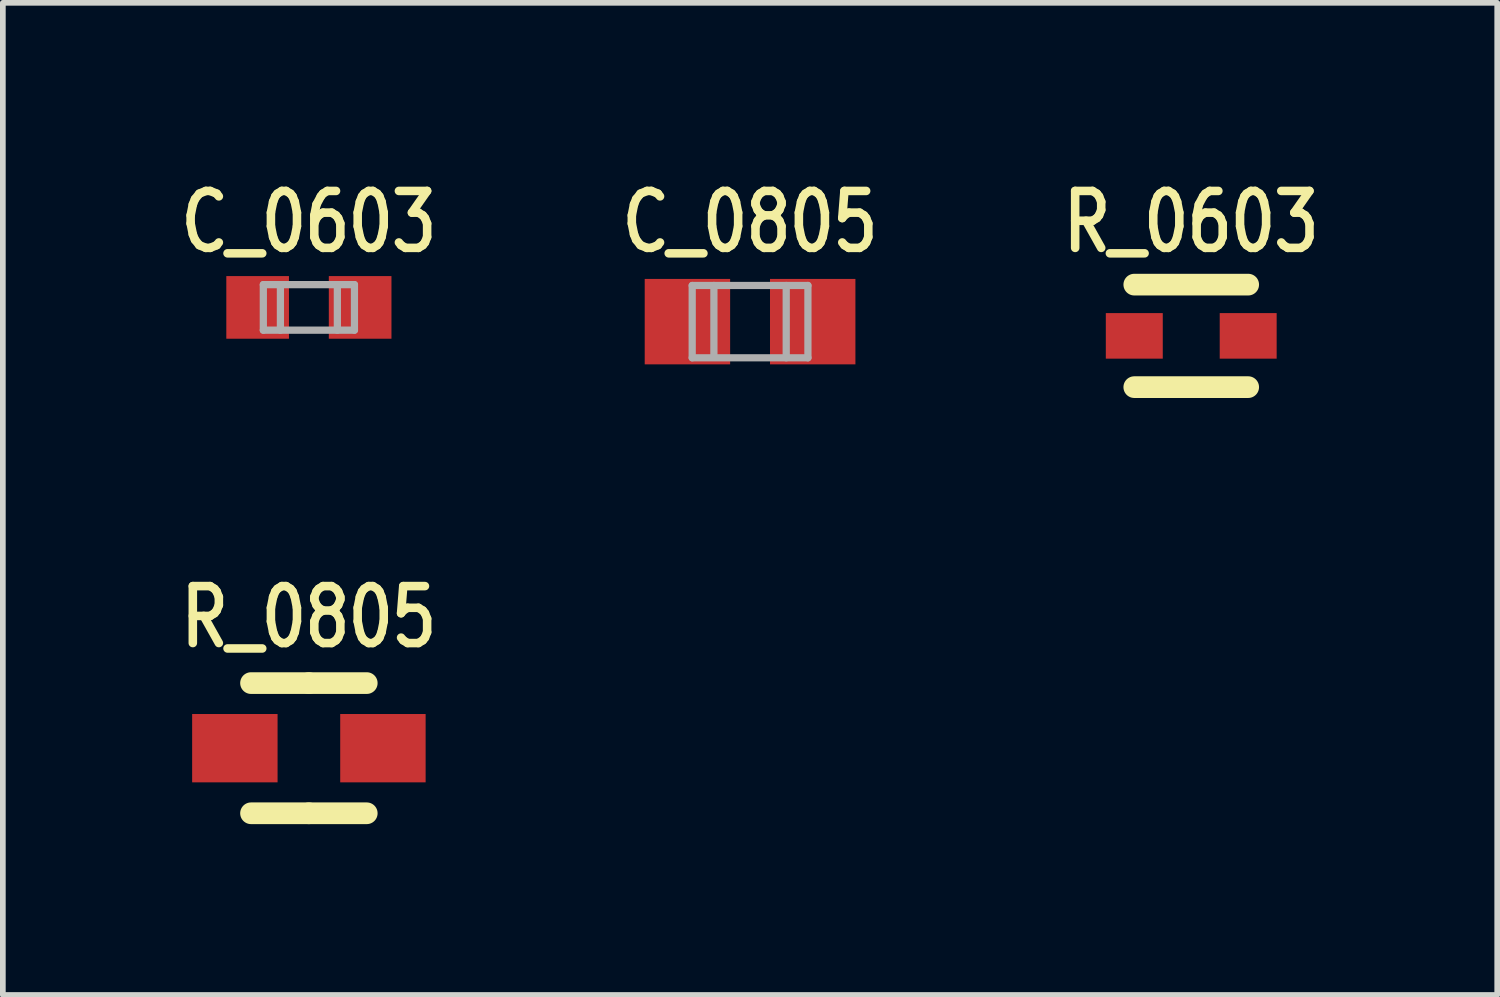
<source format=kicad_pcb>
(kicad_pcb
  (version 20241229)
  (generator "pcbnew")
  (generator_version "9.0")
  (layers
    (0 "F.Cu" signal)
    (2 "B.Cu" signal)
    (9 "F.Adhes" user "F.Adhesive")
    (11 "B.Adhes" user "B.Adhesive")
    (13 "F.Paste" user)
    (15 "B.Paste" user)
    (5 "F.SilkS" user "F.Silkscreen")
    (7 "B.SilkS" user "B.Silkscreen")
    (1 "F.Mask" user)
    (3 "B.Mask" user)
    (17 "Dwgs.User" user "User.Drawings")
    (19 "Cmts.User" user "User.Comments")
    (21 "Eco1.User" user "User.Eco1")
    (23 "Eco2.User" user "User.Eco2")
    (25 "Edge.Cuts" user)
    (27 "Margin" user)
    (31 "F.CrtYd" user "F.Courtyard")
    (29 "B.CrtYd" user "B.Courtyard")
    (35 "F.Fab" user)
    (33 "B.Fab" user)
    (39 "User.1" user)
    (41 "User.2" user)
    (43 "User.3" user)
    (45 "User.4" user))
  (footprint "C_0805"
    (layer "F.Cu")
    (at 10.121 2.598)
    (property "Reference" "C_0805" (at 0 -1.75 0) (layer "F.SilkS") (effects (font (size 1 0.8) (thickness 0.15))))
    (attr through_hole)
    (fp_line (start -1.016 -0.635) (end 1.016 -0.635) (stroke (width 0.127) (type solid)) (layer "F.Fab"))
    (fp_line (start -1.016 0.635) (end -1.016 -0.635) (stroke (width 0.127) (type solid)) (layer "F.Fab"))
    (fp_line (start -0.635 -0.635) (end -0.635 0.61) (stroke (width 0.127) (type solid)) (layer "F.Fab"))
    (fp_line (start 0.635 -0.635) (end 0.635 0.635) (stroke (width 0.127) (type solid)) (layer "F.Fab"))
    (fp_line (start 1.016 -0.635) (end 1.016 0.635) (stroke (width 0.127) (type solid)) (layer "F.Fab"))
    (fp_line (start 1.016 0.635) (end -1.016 0.635) (stroke (width 0.127) (type solid)) (layer "F.Fab"))
    (pad "1" smd rect (at 1.1 0) (size 1.5 1.5) (layers "F.Cu" "F.Mask" "F.Paste"))
    (pad "2" smd rect (at -1.1 0) (size 1.5 1.5) (layers "F.Cu" "F.Mask" "F.Paste")))
  (footprint "C_0603"
    (layer "F.Cu")
    (at 2.374 2.348)
    (property "Reference" "C_0603" (at 0 -1.5 0) (layer "F.SilkS") (effects (font (size 1 0.8) (thickness 0.15))))
    (attr through_hole)
    (fp_line (start -0.8 -0.4) (end -0.8 0.4) (stroke (width 0.127) (type solid)) (layer "F.Fab"))
    (fp_line (start -0.8 -0.4) (end 0.8 -0.4) (stroke (width 0.127) (type solid)) (layer "F.Fab"))
    (fp_line (start -0.8 0.4) (end 0.8 0.4) (stroke (width 0.127) (type solid)) (layer "F.Fab"))
    (fp_line (start -0.5 -0.4) (end -0.5 0.4) (stroke (width 0.127) (type solid)) (layer "F.Fab"))
    (fp_line (start 0.5 -0.4) (end 0.5 0.4) (stroke (width 0.127) (type solid)) (layer "F.Fab"))
    (fp_line (start 0.8 -0.4) (end 0.8 0.4) (stroke (width 0.127) (type solid)) (layer "F.Fab"))
    (pad "1" smd rect (at 0.9 0) (size 1.1 1.1) (layers "F.Cu" "F.Mask" "F.Paste"))
    (pad "2" smd rect (at -0.9 0) (size 1.1 1.1) (layers "F.Cu" "F.Mask" "F.Paste")))
  (footprint "R_0603"
    (layer "F.Cu")
    (at 17.868 2.848)
    (property "Reference" "R_0603" (at 0 -2 0) (layer "F.SilkS") (effects (font (size 1 0.8) (thickness 0.15))))
    (attr smd)
    (fp_line (start -1 -0.9) (end 1 -0.9) (stroke (width 0.381) (type solid)) (layer "F.SilkS"))
    (fp_line (start -1 0.9) (end 1 0.9) (stroke (width 0.381) (type solid)) (layer "F.SilkS"))
    (pad "1" smd rect (at -1 0) (size 1 0.8) (layers "F.Cu" "F.Mask" "F.Paste"))
    (pad "2" smd rect (at 1 0) (size 1 0.8) (layers "F.Cu" "F.Mask" "F.Paste")))
  (footprint "R_0805"
    (layer "F.Cu")
    (at 2.374 10.088)
    (property "Reference" "R_0805" (at 0 -2.301 0) (layer "F.SilkS") (effects (font (size 1 0.8) (thickness 0.15))))
    (attr smd)
    (fp_line (start 0 -1.143) (end -1.016 -1.143) (stroke (width 0.381) (type solid)) (layer "F.SilkS"))
    (fp_line (start 0 -1.143) (end 1.016 -1.143) (stroke (width 0.381) (type solid)) (layer "F.SilkS"))
    (fp_line (start 0 1.143) (end -1.016 1.143) (stroke (width 0.381) (type solid)) (layer "F.SilkS"))
    (fp_line (start 0 1.143) (end 1.016 1.143) (stroke (width 0.381) (type solid)) (layer "F.SilkS"))
    (pad "1" smd rect (at -1.3 0) (size 1.5 1.2) (layers "F.Cu" "F.Mask" "F.Paste"))
    (pad "2" smd rect (at 1.3 0) (size 1.5 1.2) (layers "F.Cu" "F.Mask" "F.Paste")))
  (gr_rect
    (start -3 -3)
    (end 23.241 14.422)
    (stroke (width 0.1) (type default))
    (fill no)
    (layer "Edge.Cuts")))
</source>
